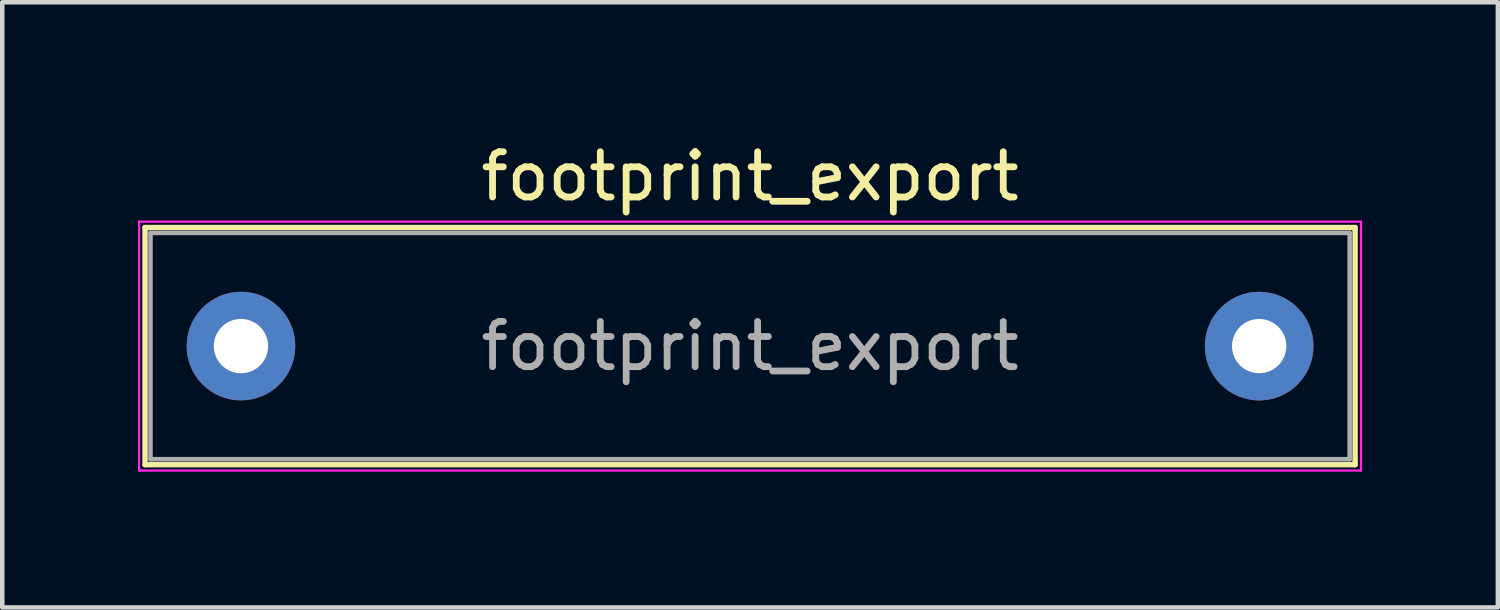
<source format=kicad_pcb>
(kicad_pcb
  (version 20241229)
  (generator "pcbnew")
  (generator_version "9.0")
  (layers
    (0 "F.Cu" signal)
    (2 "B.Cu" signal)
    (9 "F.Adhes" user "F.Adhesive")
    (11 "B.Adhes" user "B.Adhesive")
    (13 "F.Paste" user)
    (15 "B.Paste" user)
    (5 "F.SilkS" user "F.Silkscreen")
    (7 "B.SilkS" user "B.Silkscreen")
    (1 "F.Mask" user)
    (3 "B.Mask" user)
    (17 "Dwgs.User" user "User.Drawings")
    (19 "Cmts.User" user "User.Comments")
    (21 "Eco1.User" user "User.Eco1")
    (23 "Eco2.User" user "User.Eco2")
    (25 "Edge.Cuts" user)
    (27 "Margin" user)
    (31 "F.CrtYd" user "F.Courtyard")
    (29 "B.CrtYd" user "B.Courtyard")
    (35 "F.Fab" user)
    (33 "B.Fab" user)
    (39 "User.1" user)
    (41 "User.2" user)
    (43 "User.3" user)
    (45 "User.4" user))
  (footprint "footprint_export"
    (layer "F.Cu")
    (at 2.275 4.598)
    (property "Reference" "footprint_export" (at 11.25 -3.75 0) (layer "F.SilkS") (effects (font (size 1 1) (thickness 0.15))))
    (attr through_hole)
    (fp_line (start -2.12 -2.62) (end -2.12 2.62) (stroke (width 0.12) (type solid)) (layer "F.SilkS"))
    (fp_line (start -2.12 -2.62) (end 24.62 -2.62) (stroke (width 0.12) (type solid)) (layer "F.SilkS"))
    (fp_line (start -2.12 2.62) (end 24.62 2.62) (stroke (width 0.12) (type solid)) (layer "F.SilkS"))
    (fp_line (start 24.62 -2.62) (end 24.62 2.62) (stroke (width 0.12) (type solid)) (layer "F.SilkS"))
    (fp_line (start -2.25 -2.75) (end -2.25 2.75) (stroke (width 0.05) (type solid)) (layer "F.CrtYd"))
    (fp_line (start -2.25 2.75) (end 24.75 2.75) (stroke (width 0.05) (type solid)) (layer "F.CrtYd"))
    (fp_line (start 24.75 -2.75) (end -2.25 -2.75) (stroke (width 0.05) (type solid)) (layer "F.CrtYd"))
    (fp_line (start 24.75 2.75) (end 24.75 -2.75) (stroke (width 0.05) (type solid)) (layer "F.CrtYd"))
    (fp_line (start -2 -2.5) (end -2 2.5) (stroke (width 0.1) (type solid)) (layer "F.Fab"))
    (fp_line (start -2 2.5) (end 24.5 2.5) (stroke (width 0.1) (type solid)) (layer "F.Fab"))
    (fp_line (start 24.5 -2.5) (end -2 -2.5) (stroke (width 0.1) (type solid)) (layer "F.Fab"))
    (fp_line (start 24.5 2.5) (end 24.5 -2.5) (stroke (width 0.1) (type solid)) (layer "F.Fab"))
    (fp_text user "${REFERENCE}" (at 11.25 0 0) (layer "F.Fab") (effects (font (size 1 1) (thickness 0.15))))
    (pad "1" thru_hole circle (at 0 0) (size 2.4 2.4) (drill 1.2) (layers "*.Cu" "*.Mask"))
    (pad "2" thru_hole circle (at 22.5 0) (size 2.4 2.4) (drill 1.2) (layers "*.Cu" "*.Mask")))
  (gr_rect
    (start -3 -3)
    (end 30.05 10.373)
    (stroke (width 0.1) (type default))
    (fill no)
    (layer "Edge.Cuts")))
</source>
